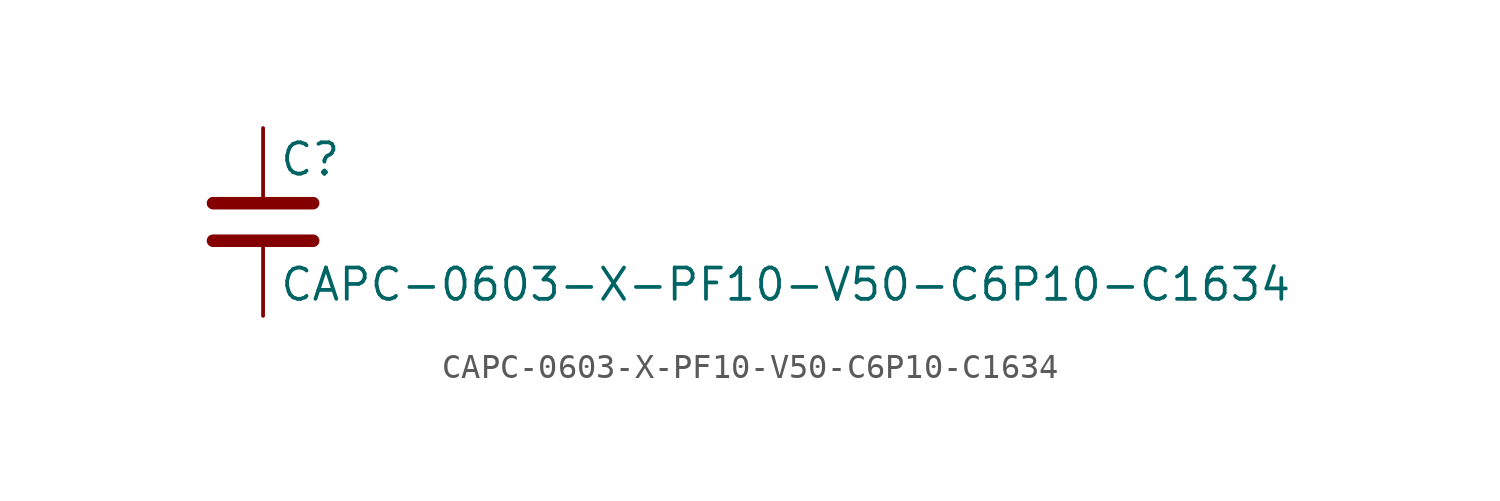
<source format=kicad_sym>
(kicad_symbol_lib
  (version 20211014)
  (generator kicad_symbol_editor)
  (symbol "CAPC-0603-X-PF10-V50-C6P10-C1634"
    (pin_numbers hide)
    (pin_names
      (offset 0.254))
    (property "Reference" "C"
      (at 0.635 2.54 0)
      (effects (font (size 1.27 1.27)) (justify left)))
    (property "Value" "CAPC-0603-X-PF10-V50-C6P10-C1634"
      (at 0.635 -2.54 0)
      (effects (font (size 1.27 1.27)) (justify left)))
    (symbol "CAPC-0603-X-PF10-V50-C6P10-C1634_0_1"
      (polyline (pts (xy -2.032 -0.762) (xy 2.032 -0.762)) (stroke (width 0.508) (type default) (color 0 0 0 0)) (fill (type none)))
      (polyline (pts (xy -2.032 0.762) (xy 2.032 0.762)) (stroke (width 0.508) (type default) (color 0 0 0 0)) (fill (type none))))
    (symbol "CAPC-0603-X-PF10-V50-C6P10-C1634_1_1"
      (pin passive line (at 0 3.81 270) (length 2.794) (name "~" (effects (font (size 1.27 1.27)))) (number "1" (effects (font (size 1.27 1.27)))))
      (pin passive line (at 0 -3.81 90) (length 2.794) (name "~" (effects (font (size 1.27 1.27)))) (number "2" (effects (font (size 1.27 1.27))))))))
</source>
